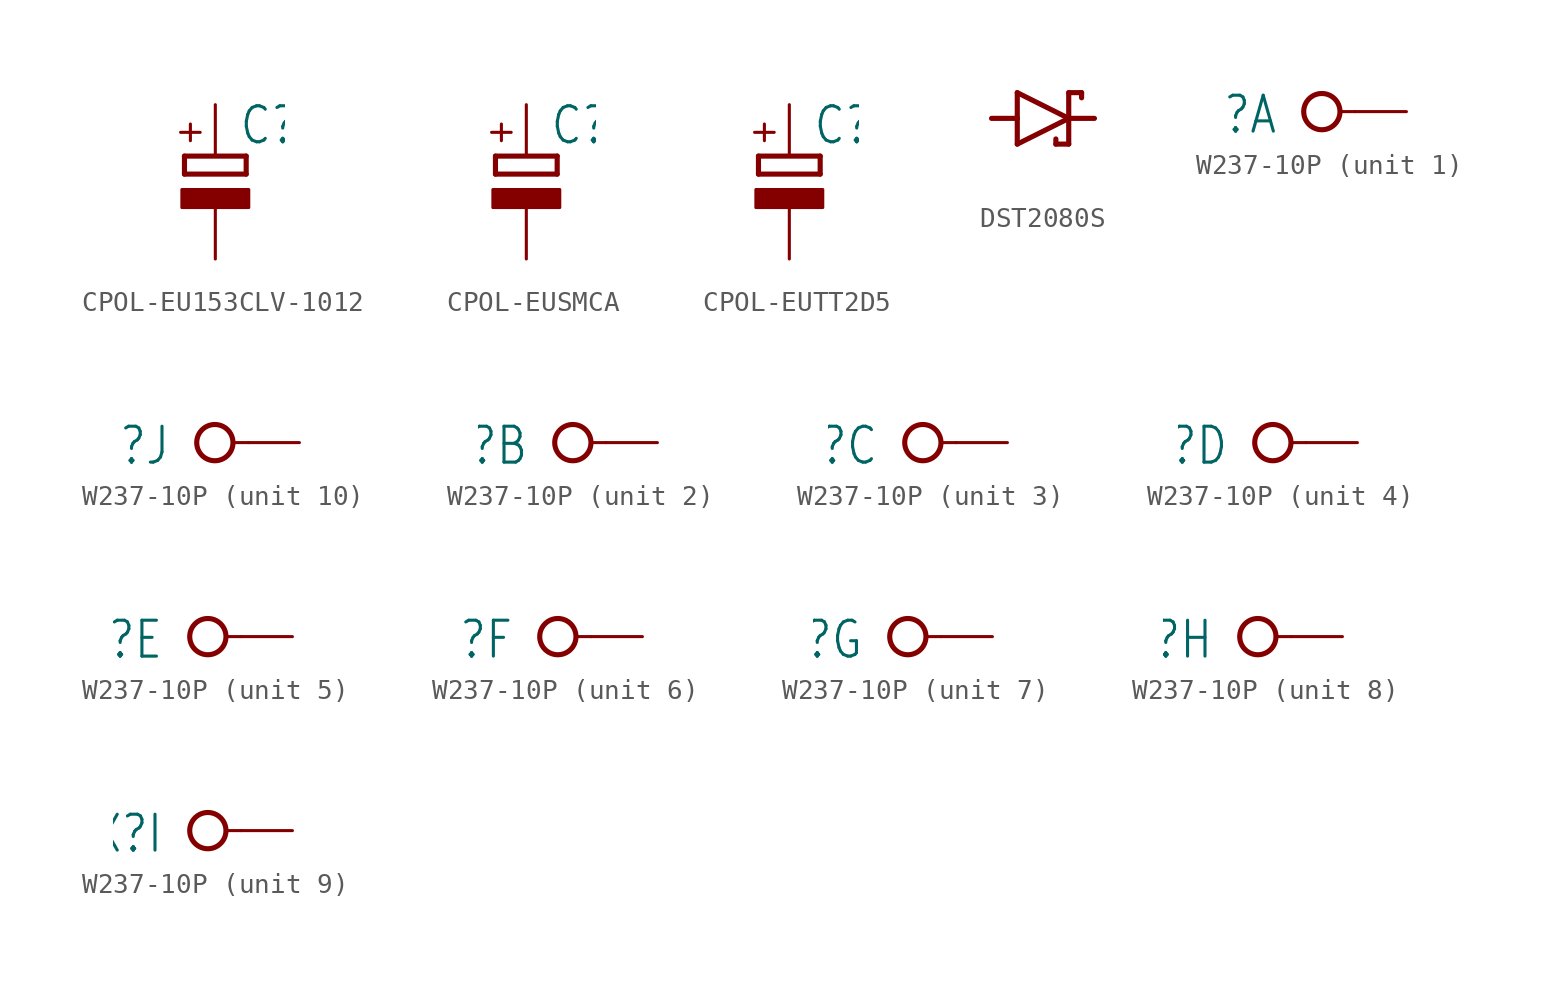
<source format=kicad_sym>
(kicad_symbol_lib
  (version 20231120)
  (generator "kicad_symbol_editor")
  (generator_version "8.0")
  (symbol "CPOL-EU153CLV-1012"
    (property "Reference" "C"
      (at 1.143 0.483 0)
      (effects (font (size 1.778 1.511)) (justify left bottom)))
    (property "Value" ""
      (at 1.143 -4.597 0)
      (effects (font (size 1.778 1.511)) (justify left bottom)))
    (property "ki_locked" ""
      (at 0 0 0)
      (effects (font (size 1.27 1.27))))
    (symbol "CPOL-EU153CLV-1012_1_0"
      (rectangle (start -1.651 -2.54) (end 1.651 -1.651) (stroke (width 0) (type default)) (fill (type outline)))
      (polyline (pts (xy -1.524 -0.889) (xy 1.524 -0.889)) (stroke (width 0.254) (type solid)) (fill (type none)))
      (polyline (pts (xy -1.524 0) (xy -1.524 -0.889)) (stroke (width 0.254) (type solid)) (fill (type none)))
      (polyline (pts (xy -1.524 0) (xy 1.524 0)) (stroke (width 0.254) (type solid)) (fill (type none)))
      (polyline (pts (xy 1.524 -0.889) (xy 1.524 0)) (stroke (width 0.254) (type solid)) (fill (type none)))
      (text "+" (at -0.584 0.406 900) (effects (font (size 1.27 1.079)) (justify left bottom)))
      (pin passive line (at 0 2.54 270) (length 2.54) (name "+" (effects (font (size 0 0)))) (number "+" (effects (font (size 0 0)))))
      (pin passive line (at 0 -5.08 90) (length 2.54) (name "-" (effects (font (size 0 0)))) (number "-" (effects (font (size 0 0)))))))
  (symbol "CPOL-EUSMCA"
    (property "Reference" "C"
      (at 1.143 0.483 0)
      (effects (font (size 1.778 1.511)) (justify left bottom)))
    (property "Value" ""
      (at 1.143 -4.597 0)
      (effects (font (size 1.778 1.511)) (justify left bottom)))
    (property "ki_locked" ""
      (at 0 0 0)
      (effects (font (size 1.27 1.27))))
    (symbol "CPOL-EUSMCA_1_0"
      (rectangle (start -1.651 -2.54) (end 1.651 -1.651) (stroke (width 0) (type default)) (fill (type outline)))
      (polyline (pts (xy -1.524 -0.889) (xy 1.524 -0.889)) (stroke (width 0.254) (type solid)) (fill (type none)))
      (polyline (pts (xy -1.524 0) (xy -1.524 -0.889)) (stroke (width 0.254) (type solid)) (fill (type none)))
      (polyline (pts (xy -1.524 0) (xy 1.524 0)) (stroke (width 0.254) (type solid)) (fill (type none)))
      (polyline (pts (xy 1.524 -0.889) (xy 1.524 0)) (stroke (width 0.254) (type solid)) (fill (type none)))
      (text "+" (at -0.584 0.406 900) (effects (font (size 1.27 1.079)) (justify left bottom)))
      (pin passive line (at 0 2.54 270) (length 2.54) (name "+" (effects (font (size 0 0)))) (number "+" (effects (font (size 0 0)))))
      (pin passive line (at 0 -5.08 90) (length 2.54) (name "-" (effects (font (size 0 0)))) (number "-" (effects (font (size 0 0)))))))
  (symbol "CPOL-EUTT2D5"
    (property "Reference" "C"
      (at 1.143 0.483 0)
      (effects (font (size 1.778 1.511)) (justify left bottom)))
    (property "Value" ""
      (at 1.143 -4.597 0)
      (effects (font (size 1.778 1.511)) (justify left bottom)))
    (property "ki_locked" ""
      (at 0 0 0)
      (effects (font (size 1.27 1.27))))
    (symbol "CPOL-EUTT2D5_1_0"
      (rectangle (start -1.651 -2.54) (end 1.651 -1.651) (stroke (width 0) (type default)) (fill (type outline)))
      (polyline (pts (xy -1.524 -0.889) (xy 1.524 -0.889)) (stroke (width 0.254) (type solid)) (fill (type none)))
      (polyline (pts (xy -1.524 0) (xy -1.524 -0.889)) (stroke (width 0.254) (type solid)) (fill (type none)))
      (polyline (pts (xy -1.524 0) (xy 1.524 0)) (stroke (width 0.254) (type solid)) (fill (type none)))
      (polyline (pts (xy 1.524 -0.889) (xy 1.524 0)) (stroke (width 0.254) (type solid)) (fill (type none)))
      (text "+" (at -0.584 0.406 900) (effects (font (size 1.27 1.079)) (justify left bottom)))
      (pin passive line (at 0 2.54 270) (length 2.54) (name "+" (effects (font (size 0 0)))) (number "+" (effects (font (size 0 0)))))
      (pin passive line (at 0 -5.08 90) (length 2.54) (name "-" (effects (font (size 0 0)))) (number "-" (effects (font (size 0 0)))))))
  (symbol "DST2080S"
    (property "Reference" ""
      (at -2.286 1.905 0)
      (effects (font (size 1.778 1.511)) (justify left bottom) (hide yes)))
    (property "Value" ""
      (at -2.286 -3.429 0)
      (effects (font (size 1.778 1.511)) (justify left bottom)))
    (property "ki_locked" ""
      (at 0 0 0)
      (effects (font (size 1.27 1.27))))
    (symbol "DST2080S_1_0"
      (polyline (pts (xy -1.27 -1.27) (xy 1.27 0)) (stroke (width 0.254) (type solid)) (fill (type none)))
      (polyline (pts (xy -1.27 0) (xy -2.54 0)) (stroke (width 0.254) (type solid)) (fill (type none)))
      (polyline (pts (xy -1.27 0) (xy -1.27 -1.27)) (stroke (width 0.254) (type solid)) (fill (type none)))
      (polyline (pts (xy -1.27 1.27) (xy -1.27 0)) (stroke (width 0.254) (type solid)) (fill (type none)))
      (polyline (pts (xy 0.635 -1.016) (xy 0.635 -1.27)) (stroke (width 0.254) (type solid)) (fill (type none)))
      (polyline (pts (xy 1.27 -1.27) (xy 0.635 -1.27)) (stroke (width 0.254) (type solid)) (fill (type none)))
      (polyline (pts (xy 1.27 0) (xy -1.27 1.27)) (stroke (width 0.254) (type solid)) (fill (type none)))
      (polyline (pts (xy 1.27 0) (xy 1.27 -1.27)) (stroke (width 0.254) (type solid)) (fill (type none)))
      (polyline (pts (xy 1.27 0) (xy 2.54 0)) (stroke (width 0.254) (type solid)) (fill (type none)))
      (polyline (pts (xy 1.27 1.27) (xy 1.27 0)) (stroke (width 0.254) (type solid)) (fill (type none)))
      (polyline (pts (xy 1.905 1.27) (xy 1.27 1.27)) (stroke (width 0.254) (type solid)) (fill (type none)))
      (polyline (pts (xy 1.905 1.27) (xy 1.905 1.016)) (stroke (width 0.254) (type solid)) (fill (type none)))
      (pin passive line (at 2.54 0 180) (length 0) (name "C" (effects (font (size 0 0)))) (number "P$1" (effects (font (size 0 0)))))
      (pin passive line (at -2.54 0 0) (length 0) (name "A" (effects (font (size 0 0)))) (number "P$2" (effects (font (size 0 0)))))
      (pin passive line (at -2.54 0 0) (length 0) (name "A" (effects (font (size 0 0)))) (number "P$3" (effects (font (size 0 0)))))))
  (symbol "W237-10P"
    (property "Reference" "X"
      (at -1.27 0.889 0)
      (effects (font (size 1.778 1.511)) (justify right top)))
    (property "ki_locked" ""
      (at 0 0 0)
      (effects (font (size 1.27 1.27))))
    (symbol "W237-10P_1_0"
      (polyline (pts (xy 1.778 0) (xy 2.54 0)) (stroke (width 0.152) (type solid)) (fill (type none)))
      (circle (center 0.889 0) (radius 0.898) (stroke (width 0.254) (type solid)) (fill (type none)))
      (pin passive line (at 5.08 0 180) (length 2.54) (name "KL" (effects (font (size 0 0)))) (number "1" (effects (font (size 0 0))))))
    (symbol "W237-10P_2_0"
      (polyline (pts (xy 1.778 0) (xy 2.54 0)) (stroke (width 0.152) (type solid)) (fill (type none)))
      (circle (center 0.889 0) (radius 0.898) (stroke (width 0.254) (type solid)) (fill (type none)))
      (pin passive line (at 5.08 0 180) (length 2.54) (name "KL" (effects (font (size 0 0)))) (number "2" (effects (font (size 0 0))))))
    (symbol "W237-10P_3_0"
      (polyline (pts (xy 1.778 0) (xy 2.54 0)) (stroke (width 0.152) (type solid)) (fill (type none)))
      (circle (center 0.889 0) (radius 0.898) (stroke (width 0.254) (type solid)) (fill (type none)))
      (pin passive line (at 5.08 0 180) (length 2.54) (name "KL" (effects (font (size 0 0)))) (number "3" (effects (font (size 0 0))))))
    (symbol "W237-10P_4_0"
      (polyline (pts (xy 1.778 0) (xy 2.54 0)) (stroke (width 0.152) (type solid)) (fill (type none)))
      (circle (center 0.889 0) (radius 0.898) (stroke (width 0.254) (type solid)) (fill (type none)))
      (pin passive line (at 5.08 0 180) (length 2.54) (name "KL" (effects (font (size 0 0)))) (number "4" (effects (font (size 0 0))))))
    (symbol "W237-10P_5_0"
      (polyline (pts (xy 1.778 0) (xy 2.54 0)) (stroke (width 0.152) (type solid)) (fill (type none)))
      (circle (center 0.889 0) (radius 0.898) (stroke (width 0.254) (type solid)) (fill (type none)))
      (pin passive line (at 5.08 0 180) (length 2.54) (name "KL" (effects (font (size 0 0)))) (number "5" (effects (font (size 0 0))))))
    (symbol "W237-10P_6_0"
      (polyline (pts (xy 1.778 0) (xy 2.54 0)) (stroke (width 0.152) (type solid)) (fill (type none)))
      (circle (center 0.889 0) (radius 0.898) (stroke (width 0.254) (type solid)) (fill (type none)))
      (pin passive line (at 5.08 0 180) (length 2.54) (name "KL" (effects (font (size 0 0)))) (number "6" (effects (font (size 0 0))))))
    (symbol "W237-10P_7_0"
      (polyline (pts (xy 1.778 0) (xy 2.54 0)) (stroke (width 0.152) (type solid)) (fill (type none)))
      (circle (center 0.889 0) (radius 0.898) (stroke (width 0.254) (type solid)) (fill (type none)))
      (pin passive line (at 5.08 0 180) (length 2.54) (name "KL" (effects (font (size 0 0)))) (number "7" (effects (font (size 0 0))))))
    (symbol "W237-10P_8_0"
      (polyline (pts (xy 1.778 0) (xy 2.54 0)) (stroke (width 0.152) (type solid)) (fill (type none)))
      (circle (center 0.889 0) (radius 0.898) (stroke (width 0.254) (type solid)) (fill (type none)))
      (pin passive line (at 5.08 0 180) (length 2.54) (name "KL" (effects (font (size 0 0)))) (number "8" (effects (font (size 0 0))))))
    (symbol "W237-10P_9_0"
      (polyline (pts (xy 1.778 0) (xy 2.54 0)) (stroke (width 0.152) (type solid)) (fill (type none)))
      (circle (center 0.889 0) (radius 0.898) (stroke (width 0.254) (type solid)) (fill (type none)))
      (pin passive line (at 5.08 0 180) (length 2.54) (name "KL" (effects (font (size 0 0)))) (number "9" (effects (font (size 0 0))))))
    (symbol "W237-10P_10_0"
      (polyline (pts (xy 1.778 0) (xy 2.54 0)) (stroke (width 0.152) (type solid)) (fill (type none)))
      (circle (center 0.889 0) (radius 0.898) (stroke (width 0.254) (type solid)) (fill (type none)))
      (pin passive line (at 5.08 0 180) (length 2.54) (name "KL" (effects (font (size 0 0)))) (number "10" (effects (font (size 0 0))))))))
</source>
